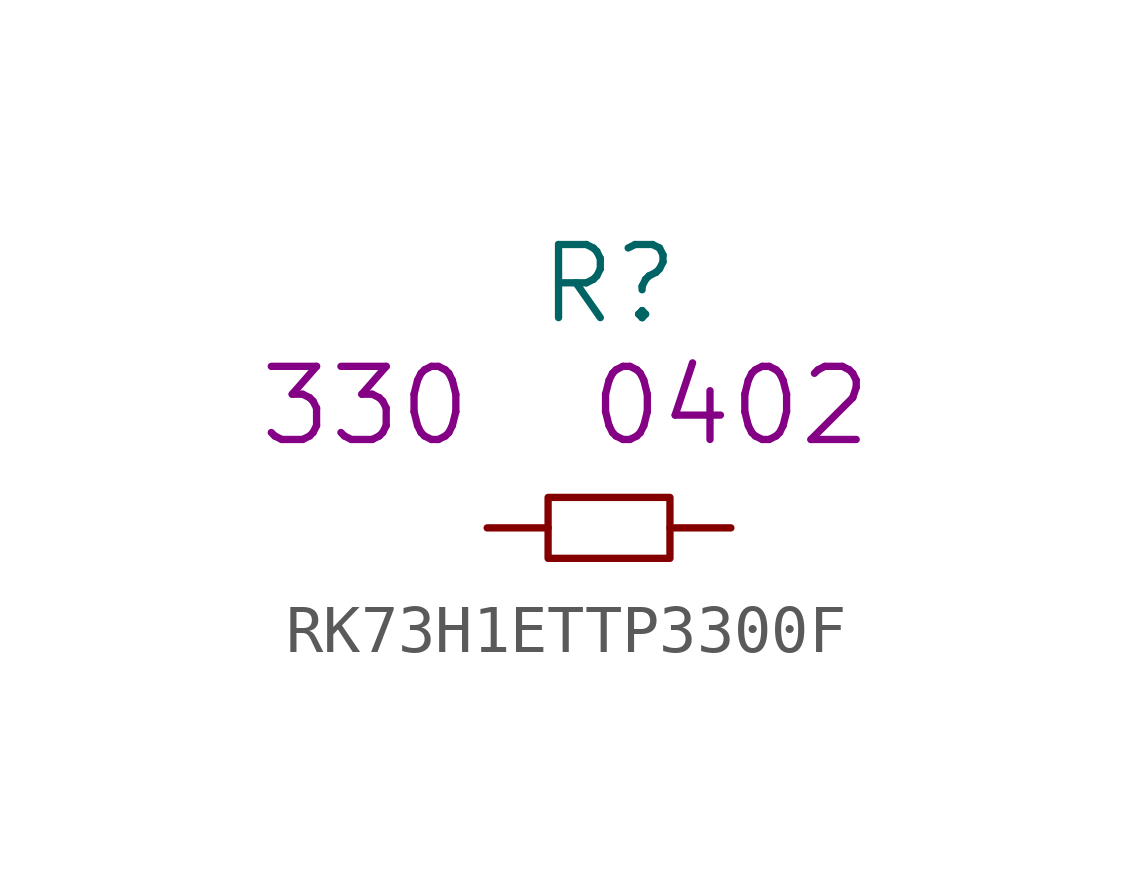
<source format=kicad_sym>
(kicad_symbol_lib
  (version 20220914)
  (generator kicad_symbol_editor)
  (symbol "RK73H1ETTP3300F"
    (pin_numbers hide)
    (pin_names
      (offset 1.016) hide)
    (property "Reference" "R"
      (at 0 5.08 0)
      (effects (font (size 1.524 1.524))))
    (property "Datasheet" ""
      (at 0 5.08 0)
      (effects (font (size 1.524 1.524))))
    (property "Value2" "330"
      (at -5.08 2.54 0)
      (effects (font (size 1.524 1.524))))
    (property "Size" "0402"
      (at 2.54 2.54 0)
      (effects (font (size 1.524 1.524))))
    (symbol "RK73H1ETTP3300F_0_1"
      (rectangle (start -1.27 0.635) (end 1.27 -0.635) (stroke (width 0) (type solid)) (fill (type none))))
    (symbol "RK73H1ETTP3300F_1_1"
      (pin passive line (at -2.54 0 0) (length 1.27) (name "1" (effects (font (size 1.27 1.27)))) (number "1" (effects (font (size 1.27 1.27)))))
      (pin passive line (at 2.54 0 180) (length 1.27) (name "2" (effects (font (size 1.27 1.27)))) (number "2" (effects (font (size 1.27 1.27))))))))
</source>
